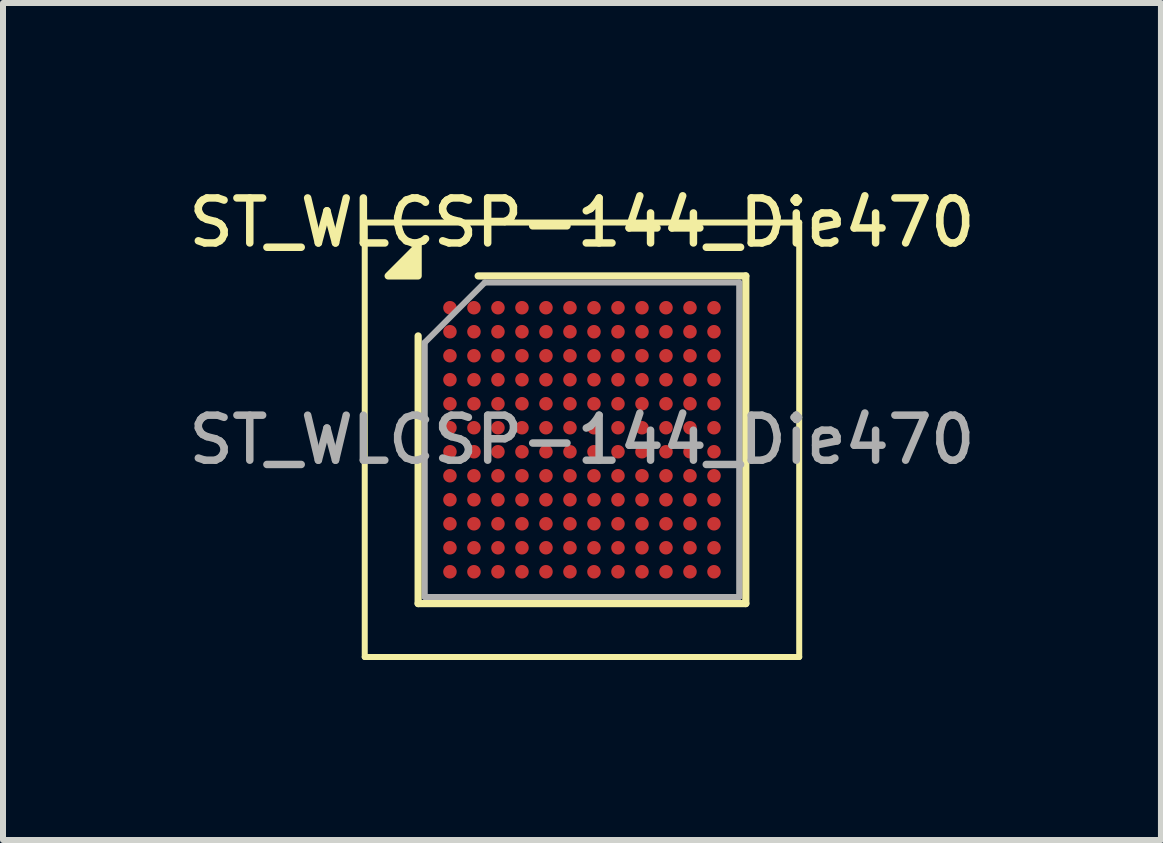
<source format=kicad_pcb>
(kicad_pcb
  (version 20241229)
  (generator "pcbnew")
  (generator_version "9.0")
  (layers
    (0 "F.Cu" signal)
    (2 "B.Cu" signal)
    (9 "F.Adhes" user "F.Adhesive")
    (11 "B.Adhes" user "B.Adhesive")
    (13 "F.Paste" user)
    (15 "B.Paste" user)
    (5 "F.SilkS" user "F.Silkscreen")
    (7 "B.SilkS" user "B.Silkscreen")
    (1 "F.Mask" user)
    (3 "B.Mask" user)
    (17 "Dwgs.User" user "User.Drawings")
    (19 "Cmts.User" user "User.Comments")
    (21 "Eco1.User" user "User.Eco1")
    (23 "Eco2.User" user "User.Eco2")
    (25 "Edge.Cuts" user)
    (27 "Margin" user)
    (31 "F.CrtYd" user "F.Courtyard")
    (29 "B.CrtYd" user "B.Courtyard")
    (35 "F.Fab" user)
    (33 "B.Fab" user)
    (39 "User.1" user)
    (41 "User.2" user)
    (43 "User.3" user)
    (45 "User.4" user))
  (footprint "ST_WLCSP-144_Die470"
    (layer "F.Cu")
    (at 6.648 4.278)
    (property "Reference" "ST_WLCSP-144_Die470" (at 0 -3.62 0) (layer "F.SilkS") (effects (font (size 0.75 0.75) (thickness 0.125))))
    (attr smd)
    (fp_line (start -3.62 -3.62) (end -3.62 3.62) (stroke (width 0.1) (type solid)) (layer "F.SilkS"))
    (fp_line (start -3.62 3.62) (end 3.62 3.62) (stroke (width 0.1) (type solid)) (layer "F.SilkS"))
    (fp_line (start -2.73 2.73) (end -2.73 -1.73) (stroke (width 0.12) (type solid)) (layer "F.SilkS"))
    (fp_line (start -1.73 -2.73) (end 2.73 -2.73) (stroke (width 0.12) (type solid)) (layer "F.SilkS"))
    (fp_line (start 2.73 -2.73) (end 2.73 2.73) (stroke (width 0.12) (type solid)) (layer "F.SilkS"))
    (fp_line (start 2.73 2.73) (end -2.73 2.73) (stroke (width 0.12) (type solid)) (layer "F.SilkS"))
    (fp_line (start 3.62 -3.62) (end -3.62 -3.62) (stroke (width 0.1) (type solid)) (layer "F.SilkS"))
    (fp_line (start 3.62 3.62) (end 3.62 -3.62) (stroke (width 0.1) (type solid)) (layer "F.SilkS"))
    (fp_poly (pts (xy -2.73 -2.73) (xy -3.23 -2.73) (xy -2.73 -3.23) (xy -2.73 -2.73)) (stroke (width 0.12) (type solid)) (fill yes) (layer "F.SilkS"))
    (fp_line (start -2.62 -1.62) (end -1.62 -2.62) (stroke (width 0.1) (type solid)) (layer "F.Fab"))
    (fp_line (start -2.62 2.62) (end -2.62 -1.62) (stroke (width 0.1) (type solid)) (layer "F.Fab"))
    (fp_line (start -1.62 -2.62) (end 2.62 -2.62) (stroke (width 0.1) (type solid)) (layer "F.Fab"))
    (fp_line (start 2.62 -2.62) (end 2.62 2.62) (stroke (width 0.1) (type solid)) (layer "F.Fab"))
    (fp_line (start 2.62 2.62) (end -2.62 2.62) (stroke (width 0.1) (type solid)) (layer "F.Fab"))
    (fp_text user "${REFERENCE}" (at 0 0 0) (layer "F.Fab") (effects (font (size 0.75 0.75) (thickness 0.125))))
    (pad "A1" smd circle (at -2.2 -2.2) (size 0.225 0.225) (property pad_prop_bga) (layers "F.Cu" "F.Mask" "F.Paste"))
    (pad "A2" smd circle (at -1.8 -2.2) (size 0.225 0.225) (property pad_prop_bga) (layers "F.Cu" "F.Mask" "F.Paste"))
    (pad "A3" smd circle (at -1.4 -2.2) (size 0.225 0.225) (property pad_prop_bga) (layers "F.Cu" "F.Mask" "F.Paste"))
    (pad "A4" smd circle (at -1 -2.2) (size 0.225 0.225) (property pad_prop_bga) (layers "F.Cu" "F.Mask" "F.Paste"))
    (pad "A5" smd circle (at -0.6 -2.2) (size 0.225 0.225) (property pad_prop_bga) (layers "F.Cu" "F.Mask" "F.Paste"))
    (pad "A6" smd circle (at -0.2 -2.2) (size 0.225 0.225) (property pad_prop_bga) (layers "F.Cu" "F.Mask" "F.Paste"))
    (pad "A7" smd circle (at 0.2 -2.2) (size 0.225 0.225) (property pad_prop_bga) (layers "F.Cu" "F.Mask" "F.Paste"))
    (pad "A8" smd circle (at 0.6 -2.2) (size 0.225 0.225) (property pad_prop_bga) (layers "F.Cu" "F.Mask" "F.Paste"))
    (pad "A9" smd circle (at 1 -2.2) (size 0.225 0.225) (property pad_prop_bga) (layers "F.Cu" "F.Mask" "F.Paste"))
    (pad "A10" smd circle (at 1.4 -2.2) (size 0.225 0.225) (property pad_prop_bga) (layers "F.Cu" "F.Mask" "F.Paste"))
    (pad "A11" smd circle (at 1.8 -2.2) (size 0.225 0.225) (property pad_prop_bga) (layers "F.Cu" "F.Mask" "F.Paste"))
    (pad "A12" smd circle (at 2.2 -2.2) (size 0.225 0.225) (property pad_prop_bga) (layers "F.Cu" "F.Mask" "F.Paste"))
    (pad "B1" smd circle (at -2.2 -1.8) (size 0.225 0.225) (property pad_prop_bga) (layers "F.Cu" "F.Mask" "F.Paste"))
    (pad "B2" smd circle (at -1.8 -1.8) (size 0.225 0.225) (property pad_prop_bga) (layers "F.Cu" "F.Mask" "F.Paste"))
    (pad "B3" smd circle (at -1.4 -1.8) (size 0.225 0.225) (property pad_prop_bga) (layers "F.Cu" "F.Mask" "F.Paste"))
    (pad "B4" smd circle (at -1 -1.8) (size 0.225 0.225) (property pad_prop_bga) (layers "F.Cu" "F.Mask" "F.Paste"))
    (pad "B5" smd circle (at -0.6 -1.8) (size 0.225 0.225) (property pad_prop_bga) (layers "F.Cu" "F.Mask" "F.Paste"))
    (pad "B6" smd circle (at -0.2 -1.8) (size 0.225 0.225) (property pad_prop_bga) (layers "F.Cu" "F.Mask" "F.Paste"))
    (pad "B7" smd circle (at 0.2 -1.8) (size 0.225 0.225) (property pad_prop_bga) (layers "F.Cu" "F.Mask" "F.Paste"))
    (pad "B8" smd circle (at 0.6 -1.8) (size 0.225 0.225) (property pad_prop_bga) (layers "F.Cu" "F.Mask" "F.Paste"))
    (pad "B9" smd circle (at 1 -1.8) (size 0.225 0.225) (property pad_prop_bga) (layers "F.Cu" "F.Mask" "F.Paste"))
    (pad "B10" smd circle (at 1.4 -1.8) (size 0.225 0.225) (property pad_prop_bga) (layers "F.Cu" "F.Mask" "F.Paste"))
    (pad "B11" smd circle (at 1.8 -1.8) (size 0.225 0.225) (property pad_prop_bga) (layers "F.Cu" "F.Mask" "F.Paste"))
    (pad "B12" smd circle (at 2.2 -1.8) (size 0.225 0.225) (property pad_prop_bga) (layers "F.Cu" "F.Mask" "F.Paste"))
    (pad "C1" smd circle (at -2.2 -1.4) (size 0.225 0.225) (property pad_prop_bga) (layers "F.Cu" "F.Mask" "F.Paste"))
    (pad "C2" smd circle (at -1.8 -1.4) (size 0.225 0.225) (property pad_prop_bga) (layers "F.Cu" "F.Mask" "F.Paste"))
    (pad "C3" smd circle (at -1.4 -1.4) (size 0.225 0.225) (property pad_prop_bga) (layers "F.Cu" "F.Mask" "F.Paste"))
    (pad "C4" smd circle (at -1 -1.4) (size 0.225 0.225) (property pad_prop_bga) (layers "F.Cu" "F.Mask" "F.Paste"))
    (pad "C5" smd circle (at -0.6 -1.4) (size 0.225 0.225) (property pad_prop_bga) (layers "F.Cu" "F.Mask" "F.Paste"))
    (pad "C6" smd circle (at -0.2 -1.4) (size 0.225 0.225) (property pad_prop_bga) (layers "F.Cu" "F.Mask" "F.Paste"))
    (pad "C7" smd circle (at 0.2 -1.4) (size 0.225 0.225) (property pad_prop_bga) (layers "F.Cu" "F.Mask" "F.Paste"))
    (pad "C8" smd circle (at 0.6 -1.4) (size 0.225 0.225) (property pad_prop_bga) (layers "F.Cu" "F.Mask" "F.Paste"))
    (pad "C9" smd circle (at 1 -1.4) (size 0.225 0.225) (property pad_prop_bga) (layers "F.Cu" "F.Mask" "F.Paste"))
    (pad "C10" smd circle (at 1.4 -1.4) (size 0.225 0.225) (property pad_prop_bga) (layers "F.Cu" "F.Mask" "F.Paste"))
    (pad "C11" smd circle (at 1.8 -1.4) (size 0.225 0.225) (property pad_prop_bga) (layers "F.Cu" "F.Mask" "F.Paste"))
    (pad "C12" smd circle (at 2.2 -1.4) (size 0.225 0.225) (property pad_prop_bga) (layers "F.Cu" "F.Mask" "F.Paste"))
    (pad "D1" smd circle (at -2.2 -1) (size 0.225 0.225) (property pad_prop_bga) (layers "F.Cu" "F.Mask" "F.Paste"))
    (pad "D2" smd circle (at -1.8 -1) (size 0.225 0.225) (property pad_prop_bga) (layers "F.Cu" "F.Mask" "F.Paste"))
    (pad "D3" smd circle (at -1.4 -1) (size 0.225 0.225) (property pad_prop_bga) (layers "F.Cu" "F.Mask" "F.Paste"))
    (pad "D4" smd circle (at -1 -1) (size 0.225 0.225) (property pad_prop_bga) (layers "F.Cu" "F.Mask" "F.Paste"))
    (pad "D5" smd circle (at -0.6 -1) (size 0.225 0.225) (property pad_prop_bga) (layers "F.Cu" "F.Mask" "F.Paste"))
    (pad "D6" smd circle (at -0.2 -1) (size 0.225 0.225) (property pad_prop_bga) (layers "F.Cu" "F.Mask" "F.Paste"))
    (pad "D7" smd circle (at 0.2 -1) (size 0.225 0.225) (property pad_prop_bga) (layers "F.Cu" "F.Mask" "F.Paste"))
    (pad "D8" smd circle (at 0.6 -1) (size 0.225 0.225) (property pad_prop_bga) (layers "F.Cu" "F.Mask" "F.Paste"))
    (pad "D9" smd circle (at 1 -1) (size 0.225 0.225) (property pad_prop_bga) (layers "F.Cu" "F.Mask" "F.Paste"))
    (pad "D10" smd circle (at 1.4 -1) (size 0.225 0.225) (property pad_prop_bga) (layers "F.Cu" "F.Mask" "F.Paste"))
    (pad "D11" smd circle (at 1.8 -1) (size 0.225 0.225) (property pad_prop_bga) (layers "F.Cu" "F.Mask" "F.Paste"))
    (pad "D12" smd circle (at 2.2 -1) (size 0.225 0.225) (property pad_prop_bga) (layers "F.Cu" "F.Mask" "F.Paste"))
    (pad "E1" smd circle (at -2.2 -0.6) (size 0.225 0.225) (property pad_prop_bga) (layers "F.Cu" "F.Mask" "F.Paste"))
    (pad "E2" smd circle (at -1.8 -0.6) (size 0.225 0.225) (property pad_prop_bga) (layers "F.Cu" "F.Mask" "F.Paste"))
    (pad "E3" smd circle (at -1.4 -0.6) (size 0.225 0.225) (property pad_prop_bga) (layers "F.Cu" "F.Mask" "F.Paste"))
    (pad "E4" smd circle (at -1 -0.6) (size 0.225 0.225) (property pad_prop_bga) (layers "F.Cu" "F.Mask" "F.Paste"))
    (pad "E5" smd circle (at -0.6 -0.6) (size 0.225 0.225) (property pad_prop_bga) (layers "F.Cu" "F.Mask" "F.Paste"))
    (pad "E6" smd circle (at -0.2 -0.6) (size 0.225 0.225) (property pad_prop_bga) (layers "F.Cu" "F.Mask" "F.Paste"))
    (pad "E7" smd circle (at 0.2 -0.6) (size 0.225 0.225) (property pad_prop_bga) (layers "F.Cu" "F.Mask" "F.Paste"))
    (pad "E8" smd circle (at 0.6 -0.6) (size 0.225 0.225) (property pad_prop_bga) (layers "F.Cu" "F.Mask" "F.Paste"))
    (pad "E9" smd circle (at 1 -0.6) (size 0.225 0.225) (property pad_prop_bga) (layers "F.Cu" "F.Mask" "F.Paste"))
    (pad "E10" smd circle (at 1.4 -0.6) (size 0.225 0.225) (property pad_prop_bga) (layers "F.Cu" "F.Mask" "F.Paste"))
    (pad "E11" smd circle (at 1.8 -0.6) (size 0.225 0.225) (property pad_prop_bga) (layers "F.Cu" "F.Mask" "F.Paste"))
    (pad "E12" smd circle (at 2.2 -0.6) (size 0.225 0.225) (property pad_prop_bga) (layers "F.Cu" "F.Mask" "F.Paste"))
    (pad "F1" smd circle (at -2.2 -0.2) (size 0.225 0.225) (property pad_prop_bga) (layers "F.Cu" "F.Mask" "F.Paste"))
    (pad "F2" smd circle (at -1.8 -0.2) (size 0.225 0.225) (property pad_prop_bga) (layers "F.Cu" "F.Mask" "F.Paste"))
    (pad "F3" smd circle (at -1.4 -0.2) (size 0.225 0.225) (property pad_prop_bga) (layers "F.Cu" "F.Mask" "F.Paste"))
    (pad "F4" smd circle (at -1 -0.2) (size 0.225 0.225) (property pad_prop_bga) (layers "F.Cu" "F.Mask" "F.Paste"))
    (pad "F5" smd circle (at -0.6 -0.2) (size 0.225 0.225) (property pad_prop_bga) (layers "F.Cu" "F.Mask" "F.Paste"))
    (pad "F6" smd circle (at -0.2 -0.2) (size 0.225 0.225) (property pad_prop_bga) (layers "F.Cu" "F.Mask" "F.Paste"))
    (pad "F7" smd circle (at 0.2 -0.2) (size 0.225 0.225) (property pad_prop_bga) (layers "F.Cu" "F.Mask" "F.Paste"))
    (pad "F8" smd circle (at 0.6 -0.2) (size 0.225 0.225) (property pad_prop_bga) (layers "F.Cu" "F.Mask" "F.Paste"))
    (pad "F9" smd circle (at 1 -0.2) (size 0.225 0.225) (property pad_prop_bga) (layers "F.Cu" "F.Mask" "F.Paste"))
    (pad "F10" smd circle (at 1.4 -0.2) (size 0.225 0.225) (property pad_prop_bga) (layers "F.Cu" "F.Mask" "F.Paste"))
    (pad "F11" smd circle (at 1.8 -0.2) (size 0.225 0.225) (property pad_prop_bga) (layers "F.Cu" "F.Mask" "F.Paste"))
    (pad "F12" smd circle (at 2.2 -0.2) (size 0.225 0.225) (property pad_prop_bga) (layers "F.Cu" "F.Mask" "F.Paste"))
    (pad "G1" smd circle (at -2.2 0.2) (size 0.225 0.225) (property pad_prop_bga) (layers "F.Cu" "F.Mask" "F.Paste"))
    (pad "G2" smd circle (at -1.8 0.2) (size 0.225 0.225) (property pad_prop_bga) (layers "F.Cu" "F.Mask" "F.Paste"))
    (pad "G3" smd circle (at -1.4 0.2) (size 0.225 0.225) (property pad_prop_bga) (layers "F.Cu" "F.Mask" "F.Paste"))
    (pad "G4" smd circle (at -1 0.2) (size 0.225 0.225) (property pad_prop_bga) (layers "F.Cu" "F.Mask" "F.Paste"))
    (pad "G5" smd circle (at -0.6 0.2) (size 0.225 0.225) (property pad_prop_bga) (layers "F.Cu" "F.Mask" "F.Paste"))
    (pad "G6" smd circle (at -0.2 0.2) (size 0.225 0.225) (property pad_prop_bga) (layers "F.Cu" "F.Mask" "F.Paste"))
    (pad "G7" smd circle (at 0.2 0.2) (size 0.225 0.225) (property pad_prop_bga) (layers "F.Cu" "F.Mask" "F.Paste"))
    (pad "G8" smd circle (at 0.6 0.2) (size 0.225 0.225) (property pad_prop_bga) (layers "F.Cu" "F.Mask" "F.Paste"))
    (pad "G9" smd circle (at 1 0.2) (size 0.225 0.225) (property pad_prop_bga) (layers "F.Cu" "F.Mask" "F.Paste"))
    (pad "G10" smd circle (at 1.4 0.2) (size 0.225 0.225) (property pad_prop_bga) (layers "F.Cu" "F.Mask" "F.Paste"))
    (pad "G11" smd circle (at 1.8 0.2) (size 0.225 0.225) (property pad_prop_bga) (layers "F.Cu" "F.Mask" "F.Paste"))
    (pad "G12" smd circle (at 2.2 0.2) (size 0.225 0.225) (property pad_prop_bga) (layers "F.Cu" "F.Mask" "F.Paste"))
    (pad "H1" smd circle (at -2.2 0.6) (size 0.225 0.225) (property pad_prop_bga) (layers "F.Cu" "F.Mask" "F.Paste"))
    (pad "H2" smd circle (at -1.8 0.6) (size 0.225 0.225) (property pad_prop_bga) (layers "F.Cu" "F.Mask" "F.Paste"))
    (pad "H3" smd circle (at -1.4 0.6) (size 0.225 0.225) (property pad_prop_bga) (layers "F.Cu" "F.Mask" "F.Paste"))
    (pad "H4" smd circle (at -1 0.6) (size 0.225 0.225) (property pad_prop_bga) (layers "F.Cu" "F.Mask" "F.Paste"))
    (pad "H5" smd circle (at -0.6 0.6) (size 0.225 0.225) (property pad_prop_bga) (layers "F.Cu" "F.Mask" "F.Paste"))
    (pad "H6" smd circle (at -0.2 0.6) (size 0.225 0.225) (property pad_prop_bga) (layers "F.Cu" "F.Mask" "F.Paste"))
    (pad "H7" smd circle (at 0.2 0.6) (size 0.225 0.225) (property pad_prop_bga) (layers "F.Cu" "F.Mask" "F.Paste"))
    (pad "H8" smd circle (at 0.6 0.6) (size 0.225 0.225) (property pad_prop_bga) (layers "F.Cu" "F.Mask" "F.Paste"))
    (pad "H9" smd circle (at 1 0.6) (size 0.225 0.225) (property pad_prop_bga) (layers "F.Cu" "F.Mask" "F.Paste"))
    (pad "H10" smd circle (at 1.4 0.6) (size 0.225 0.225) (property pad_prop_bga) (layers "F.Cu" "F.Mask" "F.Paste"))
    (pad "H11" smd circle (at 1.8 0.6) (size 0.225 0.225) (property pad_prop_bga) (layers "F.Cu" "F.Mask" "F.Paste"))
    (pad "H12" smd circle (at 2.2 0.6) (size 0.225 0.225) (property pad_prop_bga) (layers "F.Cu" "F.Mask" "F.Paste"))
    (pad "J1" smd circle (at -2.2 1) (size 0.225 0.225) (property pad_prop_bga) (layers "F.Cu" "F.Mask" "F.Paste"))
    (pad "J2" smd circle (at -1.8 1) (size 0.225 0.225) (property pad_prop_bga) (layers "F.Cu" "F.Mask" "F.Paste"))
    (pad "J3" smd circle (at -1.4 1) (size 0.225 0.225) (property pad_prop_bga) (layers "F.Cu" "F.Mask" "F.Paste"))
    (pad "J4" smd circle (at -1 1) (size 0.225 0.225) (property pad_prop_bga) (layers "F.Cu" "F.Mask" "F.Paste"))
    (pad "J5" smd circle (at -0.6 1) (size 0.225 0.225) (property pad_prop_bga) (layers "F.Cu" "F.Mask" "F.Paste"))
    (pad "J6" smd circle (at -0.2 1) (size 0.225 0.225) (property pad_prop_bga) (layers "F.Cu" "F.Mask" "F.Paste"))
    (pad "J7" smd circle (at 0.2 1) (size 0.225 0.225) (property pad_prop_bga) (layers "F.Cu" "F.Mask" "F.Paste"))
    (pad "J8" smd circle (at 0.6 1) (size 0.225 0.225) (property pad_prop_bga) (layers "F.Cu" "F.Mask" "F.Paste"))
    (pad "J9" smd circle (at 1 1) (size 0.225 0.225) (property pad_prop_bga) (layers "F.Cu" "F.Mask" "F.Paste"))
    (pad "J10" smd circle (at 1.4 1) (size 0.225 0.225) (property pad_prop_bga) (layers "F.Cu" "F.Mask" "F.Paste"))
    (pad "J11" smd circle (at 1.8 1) (size 0.225 0.225) (property pad_prop_bga) (layers "F.Cu" "F.Mask" "F.Paste"))
    (pad "J12" smd circle (at 2.2 1) (size 0.225 0.225) (property pad_prop_bga) (layers "F.Cu" "F.Mask" "F.Paste"))
    (pad "K1" smd circle (at -2.2 1.4) (size 0.225 0.225) (property pad_prop_bga) (layers "F.Cu" "F.Mask" "F.Paste"))
    (pad "K2" smd circle (at -1.8 1.4) (size 0.225 0.225) (property pad_prop_bga) (layers "F.Cu" "F.Mask" "F.Paste"))
    (pad "K3" smd circle (at -1.4 1.4) (size 0.225 0.225) (property pad_prop_bga) (layers "F.Cu" "F.Mask" "F.Paste"))
    (pad "K4" smd circle (at -1 1.4) (size 0.225 0.225) (property pad_prop_bga) (layers "F.Cu" "F.Mask" "F.Paste"))
    (pad "K5" smd circle (at -0.6 1.4) (size 0.225 0.225) (property pad_prop_bga) (layers "F.Cu" "F.Mask" "F.Paste"))
    (pad "K6" smd circle (at -0.2 1.4) (size 0.225 0.225) (property pad_prop_bga) (layers "F.Cu" "F.Mask" "F.Paste"))
    (pad "K7" smd circle (at 0.2 1.4) (size 0.225 0.225) (property pad_prop_bga) (layers "F.Cu" "F.Mask" "F.Paste"))
    (pad "K8" smd circle (at 0.6 1.4) (size 0.225 0.225) (property pad_prop_bga) (layers "F.Cu" "F.Mask" "F.Paste"))
    (pad "K9" smd circle (at 1 1.4) (size 0.225 0.225) (property pad_prop_bga) (layers "F.Cu" "F.Mask" "F.Paste"))
    (pad "K10" smd circle (at 1.4 1.4) (size 0.225 0.225) (property pad_prop_bga) (layers "F.Cu" "F.Mask" "F.Paste"))
    (pad "K11" smd circle (at 1.8 1.4) (size 0.225 0.225) (property pad_prop_bga) (layers "F.Cu" "F.Mask" "F.Paste"))
    (pad "K12" smd circle (at 2.2 1.4) (size 0.225 0.225) (property pad_prop_bga) (layers "F.Cu" "F.Mask" "F.Paste"))
    (pad "L1" smd circle (at -2.2 1.8) (size 0.225 0.225) (property pad_prop_bga) (layers "F.Cu" "F.Mask" "F.Paste"))
    (pad "L2" smd circle (at -1.8 1.8) (size 0.225 0.225) (property pad_prop_bga) (layers "F.Cu" "F.Mask" "F.Paste"))
    (pad "L3" smd circle (at -1.4 1.8) (size 0.225 0.225) (property pad_prop_bga) (layers "F.Cu" "F.Mask" "F.Paste"))
    (pad "L4" smd circle (at -1 1.8) (size 0.225 0.225) (property pad_prop_bga) (layers "F.Cu" "F.Mask" "F.Paste"))
    (pad "L5" smd circle (at -0.6 1.8) (size 0.225 0.225) (property pad_prop_bga) (layers "F.Cu" "F.Mask" "F.Paste"))
    (pad "L6" smd circle (at -0.2 1.8) (size 0.225 0.225) (property pad_prop_bga) (layers "F.Cu" "F.Mask" "F.Paste"))
    (pad "L7" smd circle (at 0.2 1.8) (size 0.225 0.225) (property pad_prop_bga) (layers "F.Cu" "F.Mask" "F.Paste"))
    (pad "L8" smd circle (at 0.6 1.8) (size 0.225 0.225) (property pad_prop_bga) (layers "F.Cu" "F.Mask" "F.Paste"))
    (pad "L9" smd circle (at 1 1.8) (size 0.225 0.225) (property pad_prop_bga) (layers "F.Cu" "F.Mask" "F.Paste"))
    (pad "L10" smd circle (at 1.4 1.8) (size 0.225 0.225) (property pad_prop_bga) (layers "F.Cu" "F.Mask" "F.Paste"))
    (pad "L11" smd circle (at 1.8 1.8) (size 0.225 0.225) (property pad_prop_bga) (layers "F.Cu" "F.Mask" "F.Paste"))
    (pad "L12" smd circle (at 2.2 1.8) (size 0.225 0.225) (property pad_prop_bga) (layers "F.Cu" "F.Mask" "F.Paste"))
    (pad "M1" smd circle (at -2.2 2.2) (size 0.225 0.225) (property pad_prop_bga) (layers "F.Cu" "F.Mask" "F.Paste"))
    (pad "M2" smd circle (at -1.8 2.2) (size 0.225 0.225) (property pad_prop_bga) (layers "F.Cu" "F.Mask" "F.Paste"))
    (pad "M3" smd circle (at -1.4 2.2) (size 0.225 0.225) (property pad_prop_bga) (layers "F.Cu" "F.Mask" "F.Paste"))
    (pad "M4" smd circle (at -1 2.2) (size 0.225 0.225) (property pad_prop_bga) (layers "F.Cu" "F.Mask" "F.Paste"))
    (pad "M5" smd circle (at -0.6 2.2) (size 0.225 0.225) (property pad_prop_bga) (layers "F.Cu" "F.Mask" "F.Paste"))
    (pad "M6" smd circle (at -0.2 2.2) (size 0.225 0.225) (property pad_prop_bga) (layers "F.Cu" "F.Mask" "F.Paste"))
    (pad "M7" smd circle (at 0.2 2.2) (size 0.225 0.225) (property pad_prop_bga) (layers "F.Cu" "F.Mask" "F.Paste"))
    (pad "M8" smd circle (at 0.6 2.2) (size 0.225 0.225) (property pad_prop_bga) (layers "F.Cu" "F.Mask" "F.Paste"))
    (pad "M9" smd circle (at 1 2.2) (size 0.225 0.225) (property pad_prop_bga) (layers "F.Cu" "F.Mask" "F.Paste"))
    (pad "M10" smd circle (at 1.4 2.2) (size 0.225 0.225) (property pad_prop_bga) (layers "F.Cu" "F.Mask" "F.Paste"))
    (pad "M11" smd circle (at 1.8 2.2) (size 0.225 0.225) (property pad_prop_bga) (layers "F.Cu" "F.Mask" "F.Paste"))
    (pad "M12" smd circle (at 2.2 2.2) (size 0.225 0.225) (property pad_prop_bga) (layers "F.Cu" "F.Mask" "F.Paste")))
  (gr_rect
    (start -3 -3)
    (end 16.296 10.948)
    (stroke (width 0.1) (type default))
    (fill no)
    (layer "Edge.Cuts")))
</source>
